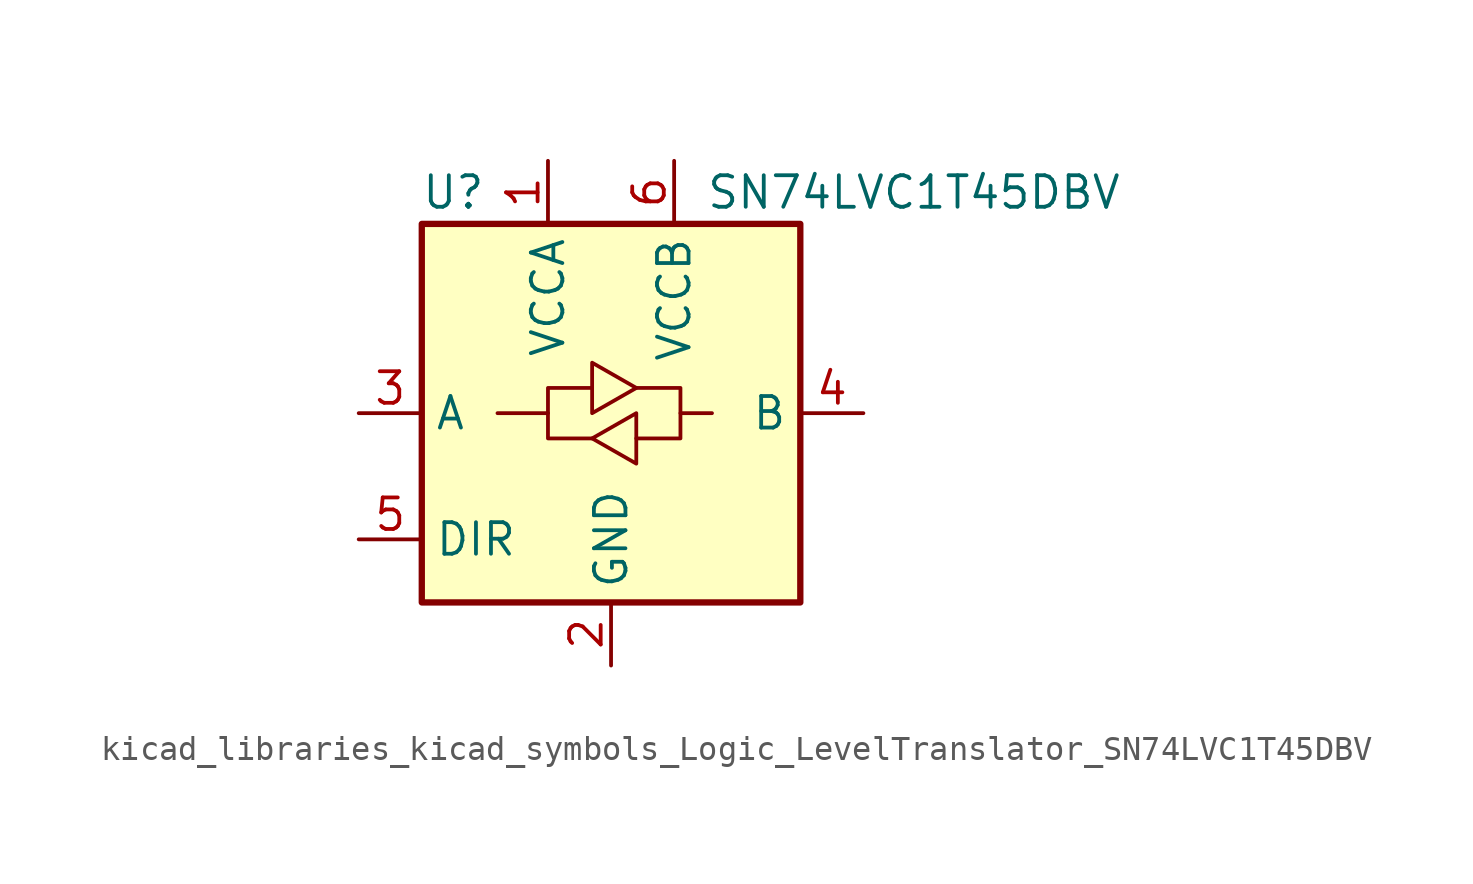
<source format=kicad_sym>
(kicad_symbol_lib
  (version 20220914)
  (generator kicad_symbol_editor)
  (symbol "kicad_libraries_kicad_symbols_Logic_LevelTranslator_SN74LVC1T45DBV"
    (property "Reference" "U"
      (at -6.35 8.89 0)
      (effects (font (size 1.27 1.27))))
    (property "Value" "SN74LVC1T45DBV"
      (at 3.81 8.89 0)
      (effects (font (size 1.27 1.27)) (justify left)))
    (symbol "kicad_libraries_kicad_symbols_Logic_LevelTranslator_SN74LVC1T45DBV_0_1"
      (rectangle (start -7.62 7.62) (end 7.62 -7.62) (stroke (width 0.254) (type default)) (fill (type background)))
      (polyline (pts (xy -2.54 0) (xy -2.54 1.016) (xy -0.762 1.016)) (stroke (width 0) (type default)) (fill (type none)))
      (polyline (pts (xy 2.794 0) (xy 2.794 -1.016) (xy 1.016 -1.016)) (stroke (width 0) (type default)) (fill (type none)))
      (polyline (pts (xy -0.762 -1.016) (xy -2.54 -1.016) (xy -2.54 0) (xy -4.572 0)) (stroke (width 0) (type default)) (fill (type none)))
      (polyline (pts (xy -0.762 0) (xy -0.762 2.032) (xy 1.016 1.016) (xy -0.762 0)) (stroke (width 0) (type default)) (fill (type none)))
      (polyline (pts (xy 1.016 1.016) (xy 2.794 1.016) (xy 2.794 0) (xy 4.064 0)) (stroke (width 0) (type default)) (fill (type none)))
      (polyline (pts (xy 1.016 0) (xy 1.016 -1.778) (xy 1.016 -2.032) (xy -0.762 -1.016) (xy 1.016 0)) (stroke (width 0) (type default)) (fill (type none))))
    (symbol "kicad_libraries_kicad_symbols_Logic_LevelTranslator_SN74LVC1T45DBV_1_1"
      (pin power_in line (at -2.54 10.16 270) (length 2.54) (name "VCCA" (effects (font (size 1.27 1.27)))) (number "1" (effects (font (size 1.27 1.27)))))
      (pin power_in line (at 0 -10.16 90) (length 2.54) (name "GND" (effects (font (size 1.27 1.27)))) (number "2" (effects (font (size 1.27 1.27)))))
      (pin bidirectional line (at -10.16 0 0) (length 2.54) (name "A" (effects (font (size 1.27 1.27)))) (number "3" (effects (font (size 1.27 1.27)))))
      (pin bidirectional line (at 10.16 0 180) (length 2.54) (name "B" (effects (font (size 1.27 1.27)))) (number "4" (effects (font (size 1.27 1.27)))))
      (pin input line (at -10.16 -5.08 0) (length 2.54) (name "DIR" (effects (font (size 1.27 1.27)))) (number "5" (effects (font (size 1.27 1.27)))))
      (pin power_in line (at 2.54 10.16 270) (length 2.54) (name "VCCB" (effects (font (size 1.27 1.27)))) (number "6" (effects (font (size 1.27 1.27))))))))
</source>
